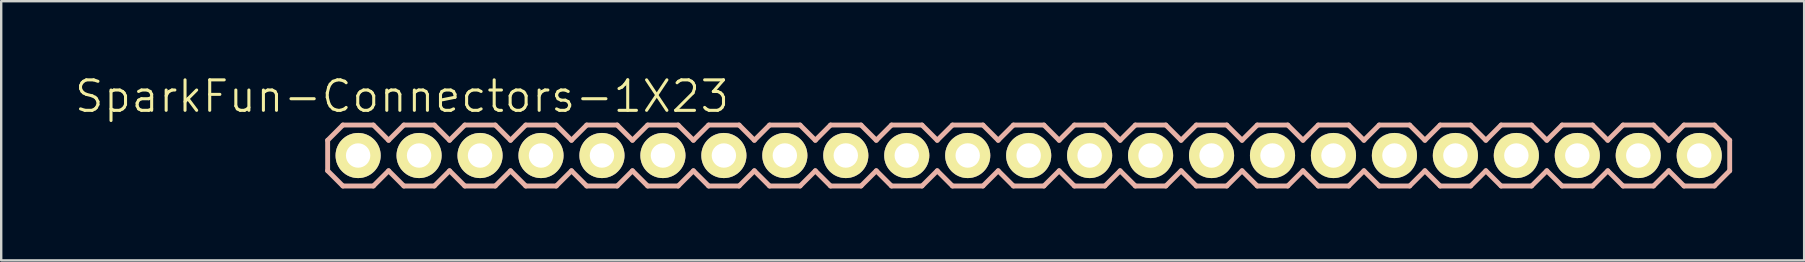
<source format=kicad_pcb>
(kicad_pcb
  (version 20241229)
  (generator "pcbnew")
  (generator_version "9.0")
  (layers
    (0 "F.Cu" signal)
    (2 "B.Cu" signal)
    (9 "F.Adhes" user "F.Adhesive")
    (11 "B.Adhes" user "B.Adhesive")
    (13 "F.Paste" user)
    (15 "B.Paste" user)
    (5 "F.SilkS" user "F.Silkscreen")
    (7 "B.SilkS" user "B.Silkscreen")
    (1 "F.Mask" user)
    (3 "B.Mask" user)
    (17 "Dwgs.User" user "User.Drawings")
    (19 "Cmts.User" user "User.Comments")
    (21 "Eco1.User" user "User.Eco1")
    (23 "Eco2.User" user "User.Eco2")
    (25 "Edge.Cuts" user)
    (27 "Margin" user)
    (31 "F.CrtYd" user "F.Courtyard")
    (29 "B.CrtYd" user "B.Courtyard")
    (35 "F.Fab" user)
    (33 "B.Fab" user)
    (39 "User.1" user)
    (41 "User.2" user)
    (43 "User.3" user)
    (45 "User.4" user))
  (footprint "SparkFun-Connectors-1X23"
    (layer "F.Cu")
    (at 38.542 3.43)
    (property "Reference" "SparkFun-Connectors-1X23" (at -24.841 -2.464 0) (layer "F.SilkS") (effects (font (size 1.27 1.27) (thickness 0.127))))
    (attr exclude_from_pos_files exclude_from_bom)
    (fp_line (start -26.924 -0.254) (end -26.416 -0.254) (stroke (width 0.066) (type solid)) (layer "F.SilkS"))
    (fp_line (start -26.924 0.254) (end -26.924 -0.254) (stroke (width 0.066) (type solid)) (layer "F.SilkS"))
    (fp_line (start -26.924 0.254) (end -26.416 0.254) (stroke (width 0.066) (type solid)) (layer "F.SilkS"))
    (fp_line (start -26.416 0.254) (end -26.416 -0.254) (stroke (width 0.066) (type solid)) (layer "F.SilkS"))
    (fp_line (start -24.384 -0.254) (end -23.876 -0.254) (stroke (width 0.066) (type solid)) (layer "F.SilkS"))
    (fp_line (start -24.384 0.254) (end -24.384 -0.254) (stroke (width 0.066) (type solid)) (layer "F.SilkS"))
    (fp_line (start -24.384 0.254) (end -23.876 0.254) (stroke (width 0.066) (type solid)) (layer "F.SilkS"))
    (fp_line (start -23.876 0.254) (end -23.876 -0.254) (stroke (width 0.066) (type solid)) (layer "F.SilkS"))
    (fp_line (start -21.844 -0.254) (end -21.336 -0.254) (stroke (width 0.066) (type solid)) (layer "F.SilkS"))
    (fp_line (start -21.844 0.254) (end -21.844 -0.254) (stroke (width 0.066) (type solid)) (layer "F.SilkS"))
    (fp_line (start -21.844 0.254) (end -21.336 0.254) (stroke (width 0.066) (type solid)) (layer "F.SilkS"))
    (fp_line (start -21.336 0.254) (end -21.336 -0.254) (stroke (width 0.066) (type solid)) (layer "F.SilkS"))
    (fp_line (start -19.304 -0.254) (end -18.796 -0.254) (stroke (width 0.066) (type solid)) (layer "F.SilkS"))
    (fp_line (start -19.304 0.254) (end -19.304 -0.254) (stroke (width 0.066) (type solid)) (layer "F.SilkS"))
    (fp_line (start -19.304 0.254) (end -18.796 0.254) (stroke (width 0.066) (type solid)) (layer "F.SilkS"))
    (fp_line (start -18.796 0.254) (end -18.796 -0.254) (stroke (width 0.066) (type solid)) (layer "F.SilkS"))
    (fp_line (start -16.764 -0.254) (end -16.256 -0.254) (stroke (width 0.066) (type solid)) (layer "F.SilkS"))
    (fp_line (start -16.764 0.254) (end -16.764 -0.254) (stroke (width 0.066) (type solid)) (layer "F.SilkS"))
    (fp_line (start -16.764 0.254) (end -16.256 0.254) (stroke (width 0.066) (type solid)) (layer "F.SilkS"))
    (fp_line (start -16.256 0.254) (end -16.256 -0.254) (stroke (width 0.066) (type solid)) (layer "F.SilkS"))
    (fp_line (start -14.224 -0.254) (end -13.716 -0.254) (stroke (width 0.066) (type solid)) (layer "F.SilkS"))
    (fp_line (start -14.224 0.254) (end -14.224 -0.254) (stroke (width 0.066) (type solid)) (layer "F.SilkS"))
    (fp_line (start -14.224 0.254) (end -13.716 0.254) (stroke (width 0.066) (type solid)) (layer "F.SilkS"))
    (fp_line (start -13.716 0.254) (end -13.716 -0.254) (stroke (width 0.066) (type solid)) (layer "F.SilkS"))
    (fp_line (start -11.684 -0.254) (end -11.176 -0.254) (stroke (width 0.066) (type solid)) (layer "F.SilkS"))
    (fp_line (start -11.684 0.254) (end -11.684 -0.254) (stroke (width 0.066) (type solid)) (layer "F.SilkS"))
    (fp_line (start -11.684 0.254) (end -11.176 0.254) (stroke (width 0.066) (type solid)) (layer "F.SilkS"))
    (fp_line (start -11.176 0.254) (end -11.176 -0.254) (stroke (width 0.066) (type solid)) (layer "F.SilkS"))
    (fp_line (start -9.144 -0.254) (end -8.636 -0.254) (stroke (width 0.066) (type solid)) (layer "F.SilkS"))
    (fp_line (start -9.144 0.254) (end -9.144 -0.254) (stroke (width 0.066) (type solid)) (layer "F.SilkS"))
    (fp_line (start -9.144 0.254) (end -8.636 0.254) (stroke (width 0.066) (type solid)) (layer "F.SilkS"))
    (fp_line (start -8.636 0.254) (end -8.636 -0.254) (stroke (width 0.066) (type solid)) (layer "F.SilkS"))
    (fp_line (start -6.604 -0.254) (end -6.096 -0.254) (stroke (width 0.066) (type solid)) (layer "F.SilkS"))
    (fp_line (start -6.604 0.254) (end -6.604 -0.254) (stroke (width 0.066) (type solid)) (layer "F.SilkS"))
    (fp_line (start -6.604 0.254) (end -6.096 0.254) (stroke (width 0.066) (type solid)) (layer "F.SilkS"))
    (fp_line (start -6.096 0.254) (end -6.096 -0.254) (stroke (width 0.066) (type solid)) (layer "F.SilkS"))
    (fp_line (start -4.064 -0.254) (end -3.556 -0.254) (stroke (width 0.066) (type solid)) (layer "F.SilkS"))
    (fp_line (start -4.064 0.254) (end -4.064 -0.254) (stroke (width 0.066) (type solid)) (layer "F.SilkS"))
    (fp_line (start -4.064 0.254) (end -3.556 0.254) (stroke (width 0.066) (type solid)) (layer "F.SilkS"))
    (fp_line (start -3.556 0.254) (end -3.556 -0.254) (stroke (width 0.066) (type solid)) (layer "F.SilkS"))
    (fp_line (start -1.524 -0.254) (end -1.016 -0.254) (stroke (width 0.066) (type solid)) (layer "F.SilkS"))
    (fp_line (start -1.524 0.254) (end -1.524 -0.254) (stroke (width 0.066) (type solid)) (layer "F.SilkS"))
    (fp_line (start -1.524 0.254) (end -1.016 0.254) (stroke (width 0.066) (type solid)) (layer "F.SilkS"))
    (fp_line (start -1.016 0.254) (end -1.016 -0.254) (stroke (width 0.066) (type solid)) (layer "F.SilkS"))
    (fp_line (start 1.016 -0.254) (end 1.524 -0.254) (stroke (width 0.066) (type solid)) (layer "F.SilkS"))
    (fp_line (start 1.016 0.254) (end 1.016 -0.254) (stroke (width 0.066) (type solid)) (layer "F.SilkS"))
    (fp_line (start 1.016 0.254) (end 1.524 0.254) (stroke (width 0.066) (type solid)) (layer "F.SilkS"))
    (fp_line (start 1.524 0.254) (end 1.524 -0.254) (stroke (width 0.066) (type solid)) (layer "F.SilkS"))
    (fp_line (start 3.556 -0.254) (end 4.064 -0.254) (stroke (width 0.066) (type solid)) (layer "F.SilkS"))
    (fp_line (start 3.556 0.254) (end 3.556 -0.254) (stroke (width 0.066) (type solid)) (layer "F.SilkS"))
    (fp_line (start 3.556 0.254) (end 4.064 0.254) (stroke (width 0.066) (type solid)) (layer "F.SilkS"))
    (fp_line (start 4.064 0.254) (end 4.064 -0.254) (stroke (width 0.066) (type solid)) (layer "F.SilkS"))
    (fp_line (start 6.096 -0.254) (end 6.604 -0.254) (stroke (width 0.066) (type solid)) (layer "F.SilkS"))
    (fp_line (start 6.096 0.254) (end 6.096 -0.254) (stroke (width 0.066) (type solid)) (layer "F.SilkS"))
    (fp_line (start 6.096 0.254) (end 6.604 0.254) (stroke (width 0.066) (type solid)) (layer "F.SilkS"))
    (fp_line (start 6.604 0.254) (end 6.604 -0.254) (stroke (width 0.066) (type solid)) (layer "F.SilkS"))
    (fp_line (start 8.636 -0.254) (end 9.144 -0.254) (stroke (width 0.066) (type solid)) (layer "F.SilkS"))
    (fp_line (start 8.636 0.254) (end 8.636 -0.254) (stroke (width 0.066) (type solid)) (layer "F.SilkS"))
    (fp_line (start 8.636 0.254) (end 9.144 0.254) (stroke (width 0.066) (type solid)) (layer "F.SilkS"))
    (fp_line (start 9.144 0.254) (end 9.144 -0.254) (stroke (width 0.066) (type solid)) (layer "F.SilkS"))
    (fp_line (start 11.176 -0.254) (end 11.684 -0.254) (stroke (width 0.066) (type solid)) (layer "F.SilkS"))
    (fp_line (start 11.176 0.254) (end 11.176 -0.254) (stroke (width 0.066) (type solid)) (layer "F.SilkS"))
    (fp_line (start 11.176 0.254) (end 11.684 0.254) (stroke (width 0.066) (type solid)) (layer "F.SilkS"))
    (fp_line (start 11.684 0.254) (end 11.684 -0.254) (stroke (width 0.066) (type solid)) (layer "F.SilkS"))
    (fp_line (start 13.716 -0.254) (end 14.224 -0.254) (stroke (width 0.066) (type solid)) (layer "F.SilkS"))
    (fp_line (start 13.716 0.254) (end 13.716 -0.254) (stroke (width 0.066) (type solid)) (layer "F.SilkS"))
    (fp_line (start 13.716 0.254) (end 14.224 0.254) (stroke (width 0.066) (type solid)) (layer "F.SilkS"))
    (fp_line (start 14.224 0.254) (end 14.224 -0.254) (stroke (width 0.066) (type solid)) (layer "F.SilkS"))
    (fp_line (start 16.256 -0.254) (end 16.764 -0.254) (stroke (width 0.066) (type solid)) (layer "F.SilkS"))
    (fp_line (start 16.256 0.254) (end 16.256 -0.254) (stroke (width 0.066) (type solid)) (layer "F.SilkS"))
    (fp_line (start 16.256 0.254) (end 16.764 0.254) (stroke (width 0.066) (type solid)) (layer "F.SilkS"))
    (fp_line (start 16.764 0.254) (end 16.764 -0.254) (stroke (width 0.066) (type solid)) (layer "F.SilkS"))
    (fp_line (start 18.796 -0.254) (end 19.304 -0.254) (stroke (width 0.066) (type solid)) (layer "F.SilkS"))
    (fp_line (start 18.796 0.254) (end 18.796 -0.254) (stroke (width 0.066) (type solid)) (layer "F.SilkS"))
    (fp_line (start 18.796 0.254) (end 19.304 0.254) (stroke (width 0.066) (type solid)) (layer "F.SilkS"))
    (fp_line (start 19.304 0.254) (end 19.304 -0.254) (stroke (width 0.066) (type solid)) (layer "F.SilkS"))
    (fp_line (start 21.336 -0.254) (end 21.844 -0.254) (stroke (width 0.066) (type solid)) (layer "F.SilkS"))
    (fp_line (start 21.336 0.254) (end 21.336 -0.254) (stroke (width 0.066) (type solid)) (layer "F.SilkS"))
    (fp_line (start 21.336 0.254) (end 21.844 0.254) (stroke (width 0.066) (type solid)) (layer "F.SilkS"))
    (fp_line (start 21.844 0.254) (end 21.844 -0.254) (stroke (width 0.066) (type solid)) (layer "F.SilkS"))
    (fp_line (start 23.876 -0.254) (end 24.384 -0.254) (stroke (width 0.066) (type solid)) (layer "F.SilkS"))
    (fp_line (start 23.876 0.254) (end 23.876 -0.254) (stroke (width 0.066) (type solid)) (layer "F.SilkS"))
    (fp_line (start 23.876 0.254) (end 24.384 0.254) (stroke (width 0.066) (type solid)) (layer "F.SilkS"))
    (fp_line (start 24.384 0.254) (end 24.384 -0.254) (stroke (width 0.066) (type solid)) (layer "F.SilkS"))
    (fp_line (start 26.416 -0.254) (end 26.924 -0.254) (stroke (width 0.066) (type solid)) (layer "F.SilkS"))
    (fp_line (start 26.416 0.254) (end 26.416 -0.254) (stroke (width 0.066) (type solid)) (layer "F.SilkS"))
    (fp_line (start 26.416 0.254) (end 26.924 0.254) (stroke (width 0.066) (type solid)) (layer "F.SilkS"))
    (fp_line (start 26.924 0.254) (end 26.924 -0.254) (stroke (width 0.066) (type solid)) (layer "F.SilkS"))
    (fp_line (start 28.953 -0.254) (end 29.464 -0.254) (stroke (width 0.066) (type solid)) (layer "F.SilkS"))
    (fp_line (start 28.953 0.254) (end 28.953 -0.254) (stroke (width 0.066) (type solid)) (layer "F.SilkS"))
    (fp_line (start 28.953 0.254) (end 29.464 0.254) (stroke (width 0.066) (type solid)) (layer "F.SilkS"))
    (fp_line (start 29.464 0.254) (end 29.464 -0.254) (stroke (width 0.066) (type solid)) (layer "F.SilkS"))
    (fp_line (start -27.94 -0.635) (end -27.94 0.635) (stroke (width 0.203) (type solid)) (layer "B.SilkS"))
    (fp_line (start -27.94 -0.635) (end -27.305 -1.27) (stroke (width 0.203) (type solid)) (layer "B.SilkS"))
    (fp_line (start -27.305 -1.27) (end -26.035 -1.27) (stroke (width 0.203) (type solid)) (layer "B.SilkS"))
    (fp_line (start -27.305 1.27) (end -27.94 0.635) (stroke (width 0.203) (type solid)) (layer "B.SilkS"))
    (fp_line (start -26.035 -1.27) (end -25.4 -0.635) (stroke (width 0.203) (type solid)) (layer "B.SilkS"))
    (fp_line (start -26.035 1.27) (end -27.305 1.27) (stroke (width 0.203) (type solid)) (layer "B.SilkS"))
    (fp_line (start -25.4 -0.635) (end -24.765 -1.27) (stroke (width 0.203) (type solid)) (layer "B.SilkS"))
    (fp_line (start -25.4 0.635) (end -26.035 1.27) (stroke (width 0.203) (type solid)) (layer "B.SilkS"))
    (fp_line (start -24.765 -1.27) (end -23.495 -1.27) (stroke (width 0.203) (type solid)) (layer "B.SilkS"))
    (fp_line (start -24.765 1.27) (end -25.4 0.635) (stroke (width 0.203) (type solid)) (layer "B.SilkS"))
    (fp_line (start -23.495 -1.27) (end -22.86 -0.635) (stroke (width 0.203) (type solid)) (layer "B.SilkS"))
    (fp_line (start -23.495 1.27) (end -24.765 1.27) (stroke (width 0.203) (type solid)) (layer "B.SilkS"))
    (fp_line (start -22.86 0.635) (end -23.495 1.27) (stroke (width 0.203) (type solid)) (layer "B.SilkS"))
    (fp_line (start -22.86 0.635) (end -22.225 1.27) (stroke (width 0.203) (type solid)) (layer "B.SilkS"))
    (fp_line (start -22.225 -1.27) (end -22.86 -0.635) (stroke (width 0.203) (type solid)) (layer "B.SilkS"))
    (fp_line (start -22.225 -1.27) (end -20.955 -1.27) (stroke (width 0.203) (type solid)) (layer "B.SilkS"))
    (fp_line (start -20.955 -1.27) (end -20.32 -0.635) (stroke (width 0.203) (type solid)) (layer "B.SilkS"))
    (fp_line (start -20.955 1.27) (end -22.225 1.27) (stroke (width 0.203) (type solid)) (layer "B.SilkS"))
    (fp_line (start -20.32 -0.635) (end -19.685 -1.27) (stroke (width 0.203) (type solid)) (layer "B.SilkS"))
    (fp_line (start -20.32 0.635) (end -20.955 1.27) (stroke (width 0.203) (type solid)) (layer "B.SilkS"))
    (fp_line (start -19.685 -1.27) (end -18.415 -1.27) (stroke (width 0.203) (type solid)) (layer "B.SilkS"))
    (fp_line (start -19.685 1.27) (end -20.32 0.635) (stroke (width 0.203) (type solid)) (layer "B.SilkS"))
    (fp_line (start -18.415 -1.27) (end -17.78 -0.635) (stroke (width 0.203) (type solid)) (layer "B.SilkS"))
    (fp_line (start -18.415 1.27) (end -19.685 1.27) (stroke (width 0.203) (type solid)) (layer "B.SilkS"))
    (fp_line (start -17.78 -0.635) (end -17.145 -1.27) (stroke (width 0.203) (type solid)) (layer "B.SilkS"))
    (fp_line (start -17.78 0.635) (end -18.415 1.27) (stroke (width 0.203) (type solid)) (layer "B.SilkS"))
    (fp_line (start -17.145 -1.27) (end -15.875 -1.27) (stroke (width 0.203) (type solid)) (layer "B.SilkS"))
    (fp_line (start -17.145 1.27) (end -17.78 0.635) (stroke (width 0.203) (type solid)) (layer "B.SilkS"))
    (fp_line (start -15.875 -1.27) (end -15.24 -0.635) (stroke (width 0.203) (type solid)) (layer "B.SilkS"))
    (fp_line (start -15.875 1.27) (end -17.145 1.27) (stroke (width 0.203) (type solid)) (layer "B.SilkS"))
    (fp_line (start -15.24 0.635) (end -15.875 1.27) (stroke (width 0.203) (type solid)) (layer "B.SilkS"))
    (fp_line (start -15.24 0.635) (end -14.605 1.27) (stroke (width 0.203) (type solid)) (layer "B.SilkS"))
    (fp_line (start -14.605 -1.27) (end -15.24 -0.635) (stroke (width 0.203) (type solid)) (layer "B.SilkS"))
    (fp_line (start -14.605 -1.27) (end -13.335 -1.27) (stroke (width 0.203) (type solid)) (layer "B.SilkS"))
    (fp_line (start -13.335 -1.27) (end -12.7 -0.635) (stroke (width 0.203) (type solid)) (layer "B.SilkS"))
    (fp_line (start -13.335 1.27) (end -14.605 1.27) (stroke (width 0.203) (type solid)) (layer "B.SilkS"))
    (fp_line (start -12.7 0.635) (end -13.335 1.27) (stroke (width 0.203) (type solid)) (layer "B.SilkS"))
    (fp_line (start -12.7 0.635) (end -12.065 1.27) (stroke (width 0.203) (type solid)) (layer "B.SilkS"))
    (fp_line (start -12.065 -1.27) (end -12.7 -0.635) (stroke (width 0.203) (type solid)) (layer "B.SilkS"))
    (fp_line (start -12.065 -1.27) (end -10.795 -1.27) (stroke (width 0.203) (type solid)) (layer "B.SilkS"))
    (fp_line (start -10.795 -1.27) (end -10.16 -0.635) (stroke (width 0.203) (type solid)) (layer "B.SilkS"))
    (fp_line (start -10.795 1.27) (end -12.065 1.27) (stroke (width 0.203) (type solid)) (layer "B.SilkS"))
    (fp_line (start -10.16 -0.635) (end -9.525 -1.27) (stroke (width 0.203) (type solid)) (layer "B.SilkS"))
    (fp_line (start -10.16 0.635) (end -10.795 1.27) (stroke (width 0.203) (type solid)) (layer "B.SilkS"))
    (fp_line (start -9.525 -1.27) (end -8.255 -1.27) (stroke (width 0.203) (type solid)) (layer "B.SilkS"))
    (fp_line (start -9.525 1.27) (end -10.16 0.635) (stroke (width 0.203) (type solid)) (layer "B.SilkS"))
    (fp_line (start -8.255 -1.27) (end -7.62 -0.635) (stroke (width 0.203) (type solid)) (layer "B.SilkS"))
    (fp_line (start -8.255 1.27) (end -9.525 1.27) (stroke (width 0.203) (type solid)) (layer "B.SilkS"))
    (fp_line (start -7.62 -0.635) (end -6.985 -1.27) (stroke (width 0.203) (type solid)) (layer "B.SilkS"))
    (fp_line (start -7.62 0.635) (end -8.255 1.27) (stroke (width 0.203) (type solid)) (layer "B.SilkS"))
    (fp_line (start -6.985 -1.27) (end -5.715 -1.27) (stroke (width 0.203) (type solid)) (layer "B.SilkS"))
    (fp_line (start -6.985 1.27) (end -7.62 0.635) (stroke (width 0.203) (type solid)) (layer "B.SilkS"))
    (fp_line (start -5.715 -1.27) (end -5.08 -0.635) (stroke (width 0.203) (type solid)) (layer "B.SilkS"))
    (fp_line (start -5.715 1.27) (end -6.985 1.27) (stroke (width 0.203) (type solid)) (layer "B.SilkS"))
    (fp_line (start -5.08 0.635) (end -5.715 1.27) (stroke (width 0.203) (type solid)) (layer "B.SilkS"))
    (fp_line (start -5.08 0.635) (end -4.445 1.27) (stroke (width 0.203) (type solid)) (layer "B.SilkS"))
    (fp_line (start -4.445 -1.27) (end -5.08 -0.635) (stroke (width 0.203) (type solid)) (layer "B.SilkS"))
    (fp_line (start -4.445 -1.27) (end -3.175 -1.27) (stroke (width 0.203) (type solid)) (layer "B.SilkS"))
    (fp_line (start -3.175 -1.27) (end -2.54 -0.635) (stroke (width 0.203) (type solid)) (layer "B.SilkS"))
    (fp_line (start -3.175 1.27) (end -4.445 1.27) (stroke (width 0.203) (type solid)) (layer "B.SilkS"))
    (fp_line (start -2.54 -0.635) (end -1.905 -1.27) (stroke (width 0.203) (type solid)) (layer "B.SilkS"))
    (fp_line (start -2.54 0.635) (end -3.175 1.27) (stroke (width 0.203) (type solid)) (layer "B.SilkS"))
    (fp_line (start -1.905 -1.27) (end -0.635 -1.27) (stroke (width 0.203) (type solid)) (layer "B.SilkS"))
    (fp_line (start -1.905 1.27) (end -2.54 0.635) (stroke (width 0.203) (type solid)) (layer "B.SilkS"))
    (fp_line (start -0.635 -1.27) (end 0 -0.635) (stroke (width 0.203) (type solid)) (layer "B.SilkS"))
    (fp_line (start -0.635 1.27) (end -1.905 1.27) (stroke (width 0.203) (type solid)) (layer "B.SilkS"))
    (fp_line (start 0 -0.635) (end 0.635 -1.27) (stroke (width 0.203) (type solid)) (layer "B.SilkS"))
    (fp_line (start 0 0.635) (end -0.635 1.27) (stroke (width 0.203) (type solid)) (layer "B.SilkS"))
    (fp_line (start 0.635 -1.27) (end 1.905 -1.27) (stroke (width 0.203) (type solid)) (layer "B.SilkS"))
    (fp_line (start 0.635 1.27) (end 0 0.635) (stroke (width 0.203) (type solid)) (layer "B.SilkS"))
    (fp_line (start 1.905 -1.27) (end 2.54 -0.635) (stroke (width 0.203) (type solid)) (layer "B.SilkS"))
    (fp_line (start 1.905 1.27) (end 0.635 1.27) (stroke (width 0.203) (type solid)) (layer "B.SilkS"))
    (fp_line (start 2.54 0.635) (end 1.905 1.27) (stroke (width 0.203) (type solid)) (layer "B.SilkS"))
    (fp_line (start 2.54 0.635) (end 3.175 1.27) (stroke (width 0.203) (type solid)) (layer "B.SilkS"))
    (fp_line (start 3.175 -1.27) (end 2.54 -0.635) (stroke (width 0.203) (type solid)) (layer "B.SilkS"))
    (fp_line (start 3.175 -1.27) (end 4.445 -1.27) (stroke (width 0.203) (type solid)) (layer "B.SilkS"))
    (fp_line (start 4.445 -1.27) (end 5.08 -0.635) (stroke (width 0.203) (type solid)) (layer "B.SilkS"))
    (fp_line (start 4.445 1.27) (end 3.175 1.27) (stroke (width 0.203) (type solid)) (layer "B.SilkS"))
    (fp_line (start 5.08 0.635) (end 4.445 1.27) (stroke (width 0.203) (type solid)) (layer "B.SilkS"))
    (fp_line (start 5.08 0.635) (end 5.715 1.27) (stroke (width 0.203) (type solid)) (layer "B.SilkS"))
    (fp_line (start 5.715 -1.27) (end 5.08 -0.635) (stroke (width 0.203) (type solid)) (layer "B.SilkS"))
    (fp_line (start 5.715 -1.27) (end 6.985 -1.27) (stroke (width 0.203) (type solid)) (layer "B.SilkS"))
    (fp_line (start 6.985 -1.27) (end 7.62 -0.635) (stroke (width 0.203) (type solid)) (layer "B.SilkS"))
    (fp_line (start 6.985 1.27) (end 5.715 1.27) (stroke (width 0.203) (type solid)) (layer "B.SilkS"))
    (fp_line (start 7.62 0.635) (end 6.985 1.27) (stroke (width 0.203) (type solid)) (layer "B.SilkS"))
    (fp_line (start 7.62 0.635) (end 8.255 1.27) (stroke (width 0.203) (type solid)) (layer "B.SilkS"))
    (fp_line (start 8.255 -1.27) (end 7.62 -0.635) (stroke (width 0.203) (type solid)) (layer "B.SilkS"))
    (fp_line (start 8.255 -1.27) (end 9.525 -1.27) (stroke (width 0.203) (type solid)) (layer "B.SilkS"))
    (fp_line (start 9.525 -1.27) (end 10.16 -0.635) (stroke (width 0.203) (type solid)) (layer "B.SilkS"))
    (fp_line (start 9.525 1.27) (end 8.255 1.27) (stroke (width 0.203) (type solid)) (layer "B.SilkS"))
    (fp_line (start 10.16 0.635) (end 9.525 1.27) (stroke (width 0.203) (type solid)) (layer "B.SilkS"))
    (fp_line (start 10.16 0.635) (end 10.795 1.27) (stroke (width 0.203) (type solid)) (layer "B.SilkS"))
    (fp_line (start 10.795 -1.27) (end 10.16 -0.635) (stroke (width 0.203) (type solid)) (layer "B.SilkS"))
    (fp_line (start 10.795 -1.27) (end 12.065 -1.27) (stroke (width 0.203) (type solid)) (layer "B.SilkS"))
    (fp_line (start 12.065 -1.27) (end 12.7 -0.635) (stroke (width 0.203) (type solid)) (layer "B.SilkS"))
    (fp_line (start 12.065 1.27) (end 10.795 1.27) (stroke (width 0.203) (type solid)) (layer "B.SilkS"))
    (fp_line (start 12.7 0.635) (end 12.065 1.27) (stroke (width 0.203) (type solid)) (layer "B.SilkS"))
    (fp_line (start 12.7 0.635) (end 13.335 1.27) (stroke (width 0.203) (type solid)) (layer "B.SilkS"))
    (fp_line (start 13.335 -1.27) (end 12.7 -0.635) (stroke (width 0.203) (type solid)) (layer "B.SilkS"))
    (fp_line (start 13.335 -1.27) (end 14.605 -1.27) (stroke (width 0.203) (type solid)) (layer "B.SilkS"))
    (fp_line (start 14.605 -1.27) (end 15.24 -0.635) (stroke (width 0.203) (type solid)) (layer "B.SilkS"))
    (fp_line (start 14.605 1.27) (end 13.335 1.27) (stroke (width 0.203) (type solid)) (layer "B.SilkS"))
    (fp_line (start 15.24 0.635) (end 14.605 1.27) (stroke (width 0.203) (type solid)) (layer "B.SilkS"))
    (fp_line (start 15.24 0.635) (end 15.875 1.27) (stroke (width 0.203) (type solid)) (layer "B.SilkS"))
    (fp_line (start 15.875 -1.27) (end 15.24 -0.635) (stroke (width 0.203) (type solid)) (layer "B.SilkS"))
    (fp_line (start 15.875 -1.27) (end 17.145 -1.27) (stroke (width 0.203) (type solid)) (layer "B.SilkS"))
    (fp_line (start 17.145 -1.27) (end 17.78 -0.635) (stroke (width 0.203) (type solid)) (layer "B.SilkS"))
    (fp_line (start 17.145 1.27) (end 15.875 1.27) (stroke (width 0.203) (type solid)) (layer "B.SilkS"))
    (fp_line (start 17.78 0.635) (end 17.145 1.27) (stroke (width 0.203) (type solid)) (layer "B.SilkS"))
    (fp_line (start 17.78 0.635) (end 18.415 1.27) (stroke (width 0.203) (type solid)) (layer "B.SilkS"))
    (fp_line (start 18.415 -1.27) (end 17.78 -0.635) (stroke (width 0.203) (type solid)) (layer "B.SilkS"))
    (fp_line (start 18.415 -1.27) (end 19.685 -1.27) (stroke (width 0.203) (type solid)) (layer "B.SilkS"))
    (fp_line (start 19.685 -1.27) (end 20.32 -0.635) (stroke (width 0.203) (type solid)) (layer "B.SilkS"))
    (fp_line (start 19.685 1.27) (end 18.415 1.27) (stroke (width 0.203) (type solid)) (layer "B.SilkS"))
    (fp_line (start 20.32 0.635) (end 19.685 1.27) (stroke (width 0.203) (type solid)) (layer "B.SilkS"))
    (fp_line (start 20.32 0.635) (end 20.955 1.27) (stroke (width 0.203) (type solid)) (layer "B.SilkS"))
    (fp_line (start 20.955 -1.27) (end 20.32 -0.635) (stroke (width 0.203) (type solid)) (layer "B.SilkS"))
    (fp_line (start 20.955 -1.27) (end 22.225 -1.27) (stroke (width 0.203) (type solid)) (layer "B.SilkS"))
    (fp_line (start 22.225 -1.27) (end 22.86 -0.635) (stroke (width 0.203) (type solid)) (layer "B.SilkS"))
    (fp_line (start 22.225 1.27) (end 20.955 1.27) (stroke (width 0.203) (type solid)) (layer "B.SilkS"))
    (fp_line (start 22.86 0.635) (end 22.225 1.27) (stroke (width 0.203) (type solid)) (layer "B.SilkS"))
    (fp_line (start 22.86 0.635) (end 23.495 1.27) (stroke (width 0.203) (type solid)) (layer "B.SilkS"))
    (fp_line (start 23.495 -1.27) (end 22.86 -0.635) (stroke (width 0.203) (type solid)) (layer "B.SilkS"))
    (fp_line (start 23.495 -1.27) (end 24.765 -1.27) (stroke (width 0.203) (type solid)) (layer "B.SilkS"))
    (fp_line (start 24.765 -1.27) (end 25.4 -0.635) (stroke (width 0.203) (type solid)) (layer "B.SilkS"))
    (fp_line (start 24.765 1.27) (end 23.495 1.27) (stroke (width 0.203) (type solid)) (layer "B.SilkS"))
    (fp_line (start 25.4 0.635) (end 24.765 1.27) (stroke (width 0.203) (type solid)) (layer "B.SilkS"))
    (fp_line (start 25.4 0.635) (end 26.035 1.27) (stroke (width 0.203) (type solid)) (layer "B.SilkS"))
    (fp_line (start 26.035 -1.27) (end 25.4 -0.635) (stroke (width 0.203) (type solid)) (layer "B.SilkS"))
    (fp_line (start 26.035 -1.27) (end 27.305 -1.27) (stroke (width 0.203) (type solid)) (layer "B.SilkS"))
    (fp_line (start 27.305 -1.27) (end 27.94 -0.635) (stroke (width 0.203) (type solid)) (layer "B.SilkS"))
    (fp_line (start 27.305 1.27) (end 26.035 1.27) (stroke (width 0.203) (type solid)) (layer "B.SilkS"))
    (fp_line (start 27.94 0.635) (end 27.305 1.27) (stroke (width 0.203) (type solid)) (layer "B.SilkS"))
    (fp_line (start 27.94 0.635) (end 28.575 1.27) (stroke (width 0.203) (type solid)) (layer "B.SilkS"))
    (fp_line (start 28.575 -1.27) (end 27.94 -0.635) (stroke (width 0.203) (type solid)) (layer "B.SilkS"))
    (fp_line (start 28.575 -1.27) (end 29.845 -1.27) (stroke (width 0.203) (type solid)) (layer "B.SilkS"))
    (fp_line (start 29.845 -1.27) (end 30.48 -0.635) (stroke (width 0.203) (type solid)) (layer "B.SilkS"))
    (fp_line (start 29.845 1.27) (end 28.575 1.27) (stroke (width 0.203) (type solid)) (layer "B.SilkS"))
    (fp_line (start 30.48 -0.635) (end 30.48 0.635) (stroke (width 0.203) (type solid)) (layer "B.SilkS"))
    (fp_line (start 30.48 0.635) (end 29.845 1.27) (stroke (width 0.203) (type solid)) (layer "B.SilkS"))
    (pad "2" thru_hole circle (at -26.67 0) (size 1.88 1.88) (drill 1.016) (layers "*.Cu" "F.Mask" "F.SilkS" "F.Paste"))
    (pad "3" thru_hole circle (at -24.13 0) (size 1.88 1.88) (drill 1.016) (layers "*.Cu" "F.Mask" "F.SilkS" "F.Paste"))
    (pad "4" thru_hole circle (at -21.59 0) (size 1.88 1.88) (drill 1.016) (layers "*.Cu" "F.Mask" "F.SilkS" "F.Paste"))
    (pad "5" thru_hole circle (at -19.05 0) (size 1.88 1.88) (drill 1.016) (layers "*.Cu" "F.Mask" "F.SilkS" "F.Paste"))
    (pad "6" thru_hole circle (at -16.51 0) (size 1.88 1.88) (drill 1.016) (layers "*.Cu" "F.Mask" "F.SilkS" "F.Paste"))
    (pad "7" thru_hole circle (at -13.97 0) (size 1.88 1.88) (drill 1.016) (layers "*.Cu" "F.Mask" "F.SilkS" "F.Paste"))
    (pad "8" thru_hole circle (at -11.43 0) (size 1.88 1.88) (drill 1.016) (layers "*.Cu" "F.Mask" "F.SilkS" "F.Paste"))
    (pad "9" thru_hole circle (at -8.89 0) (size 1.88 1.88) (drill 1.016) (layers "*.Cu" "F.Mask" "F.SilkS" "F.Paste"))
    (pad "10" thru_hole circle (at -6.35 0) (size 1.88 1.88) (drill 1.016) (layers "*.Cu" "F.Mask" "F.SilkS" "F.Paste"))
    (pad "11" thru_hole circle (at -3.81 0) (size 1.88 1.88) (drill 1.016) (layers "*.Cu" "F.Mask" "F.SilkS" "F.Paste"))
    (pad "12" thru_hole circle (at -1.27 0) (size 1.88 1.88) (drill 1.016) (layers "*.Cu" "F.Mask" "F.SilkS" "F.Paste"))
    (pad "13" thru_hole circle (at 1.27 0) (size 1.88 1.88) (drill 1.016) (layers "*.Cu" "F.Mask" "F.SilkS" "F.Paste"))
    (pad "14" thru_hole circle (at 3.81 0) (size 1.88 1.88) (drill 1.016) (layers "*.Cu" "F.Mask" "F.SilkS" "F.Paste"))
    (pad "15" thru_hole circle (at 6.35 0) (size 1.88 1.88) (drill 1.016) (layers "*.Cu" "F.Mask" "F.SilkS" "F.Paste"))
    (pad "16" thru_hole circle (at 8.89 0) (size 1.88 1.88) (drill 1.016) (layers "*.Cu" "F.Mask" "F.SilkS" "F.Paste"))
    (pad "17" thru_hole circle (at 11.43 0) (size 1.88 1.88) (drill 1.016) (layers "*.Cu" "F.Mask" "F.SilkS" "F.Paste"))
    (pad "18" thru_hole circle (at 13.97 0) (size 1.88 1.88) (drill 1.016) (layers "*.Cu" "F.Mask" "F.SilkS" "F.Paste"))
    (pad "19" thru_hole circle (at 16.51 0) (size 1.88 1.88) (drill 1.016) (layers "*.Cu" "F.Mask" "F.SilkS" "F.Paste"))
    (pad "20" thru_hole circle (at 19.05 0) (size 1.88 1.88) (drill 1.016) (layers "*.Cu" "F.Mask" "F.SilkS" "F.Paste"))
    (pad "21" thru_hole circle (at 21.59 0) (size 1.88 1.88) (drill 1.016) (layers "*.Cu" "F.Mask" "F.SilkS" "F.Paste"))
    (pad "22" thru_hole circle (at 24.13 0) (size 1.88 1.88) (drill 1.016) (layers "*.Cu" "F.Mask" "F.SilkS" "F.Paste"))
    (pad "23" thru_hole circle (at 26.67 0) (size 1.88 1.88) (drill 1.016) (layers "*.Cu" "F.Mask" "F.SilkS" "F.Paste"))
    (pad "24" thru_hole circle (at 29.21 0) (size 1.88 1.88) (drill 1.016) (layers "*.Cu" "F.Mask" "F.SilkS" "F.Paste")))
  (gr_rect
    (start -3 -3)
    (end 72.124 7.801)
    (stroke (width 0.1) (type default))
    (fill no)
    (layer "Edge.Cuts")))
</source>
